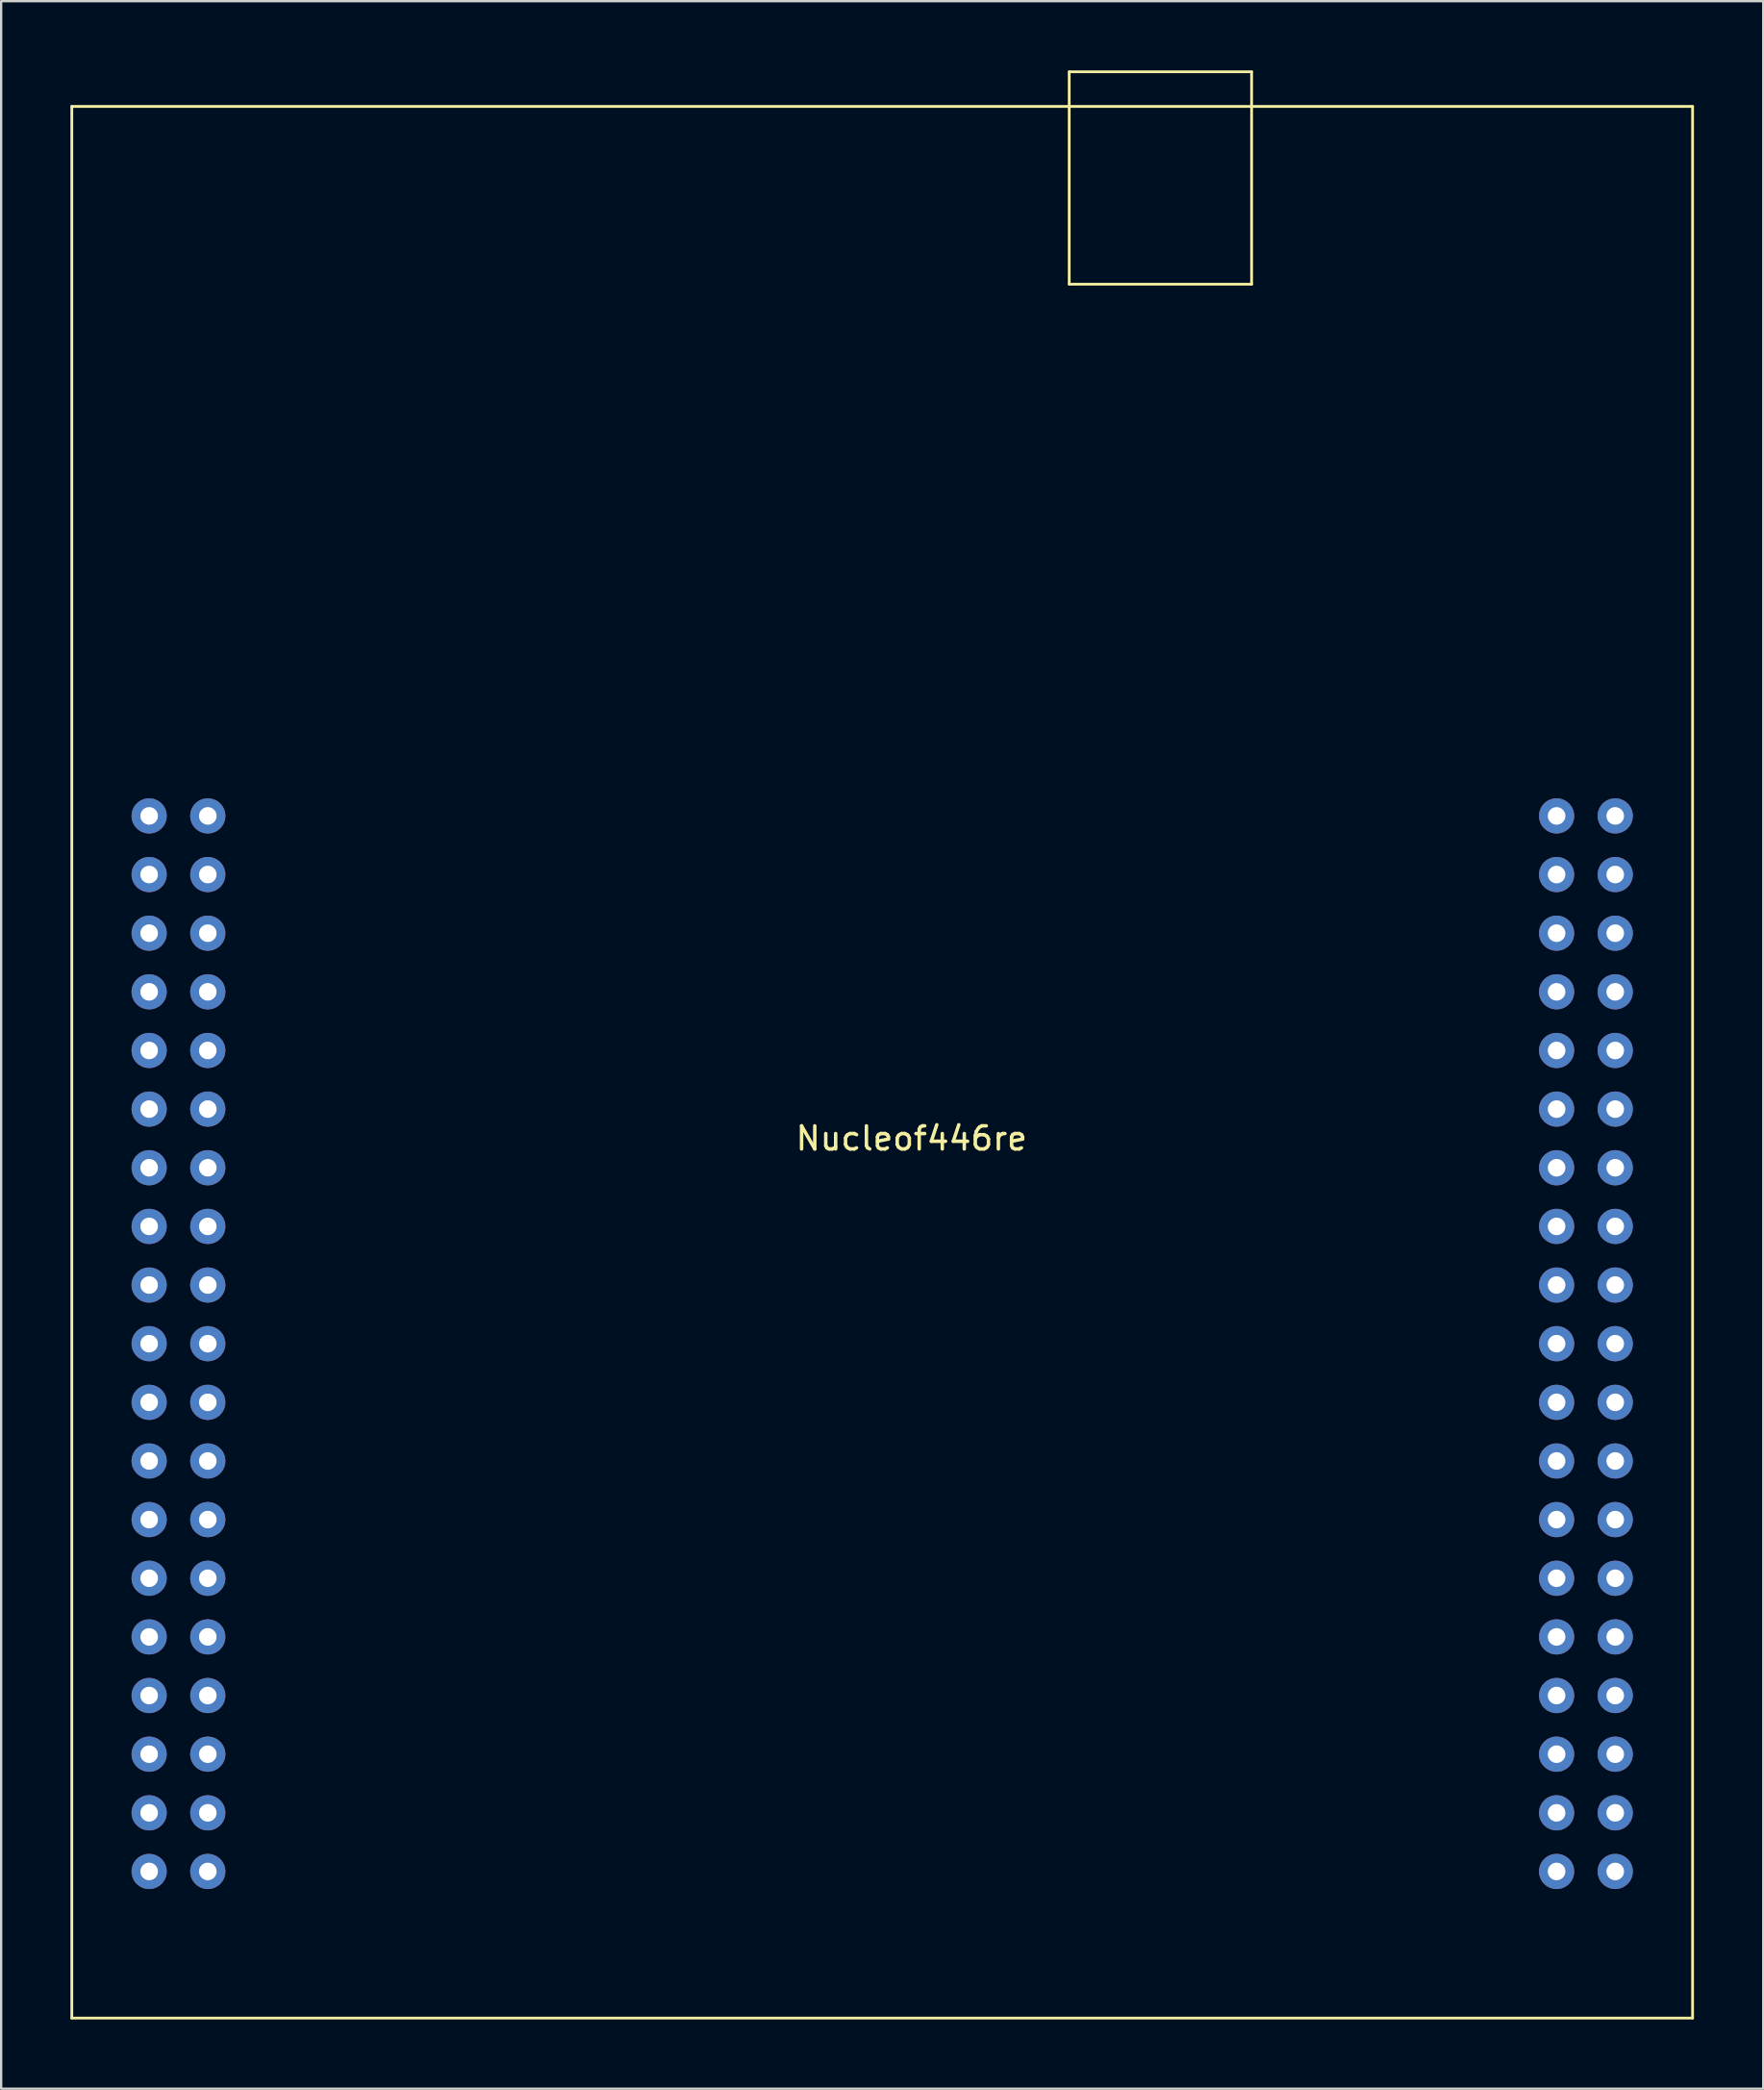
<source format=kicad_pcb>
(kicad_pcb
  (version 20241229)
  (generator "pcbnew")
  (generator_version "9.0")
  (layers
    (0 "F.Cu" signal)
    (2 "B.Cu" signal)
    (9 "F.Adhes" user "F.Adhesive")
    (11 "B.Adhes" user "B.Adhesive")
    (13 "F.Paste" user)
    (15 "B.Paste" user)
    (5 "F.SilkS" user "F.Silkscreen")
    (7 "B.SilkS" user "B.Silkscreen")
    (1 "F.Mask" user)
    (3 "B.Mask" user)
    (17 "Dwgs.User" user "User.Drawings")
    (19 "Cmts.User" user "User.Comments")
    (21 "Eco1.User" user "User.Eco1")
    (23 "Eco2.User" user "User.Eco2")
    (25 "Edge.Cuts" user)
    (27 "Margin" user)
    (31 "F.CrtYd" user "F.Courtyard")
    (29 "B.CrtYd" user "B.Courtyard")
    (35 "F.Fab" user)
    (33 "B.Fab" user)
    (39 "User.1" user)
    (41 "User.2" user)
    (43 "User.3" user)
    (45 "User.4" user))
  (footprint "Nucleof446re"
    (layer "F.Cu")
    (at 3.41 78.01)
    (property "Reference" "Nucleof446re" (at 33.02 -31.75 0) (layer "F.SilkS") (effects (font (size 1 1) (thickness 0.15))))
    (attr through_hole)
    (fp_line (start -3.35 -76.45) (end 66.85 -76.45) (stroke (width 0.12) (type solid)) (layer "F.SilkS"))
    (fp_line (start -3.35 6.35) (end -3.35 -76.45) (stroke (width 0.12) (type solid)) (layer "F.SilkS"))
    (fp_line (start -3.35 6.35) (end 66.85 6.35) (stroke (width 0.12) (type solid)) (layer "F.SilkS"))
    (fp_line (start 39.85 -77.95) (end 39.85 -68.75) (stroke (width 0.12) (type solid)) (layer "F.SilkS"))
    (fp_line (start 39.85 -77.95) (end 47.75 -77.95) (stroke (width 0.12) (type solid)) (layer "F.SilkS"))
    (fp_line (start 47.75 -77.95) (end 47.75 -68.75) (stroke (width 0.12) (type solid)) (layer "F.SilkS"))
    (fp_line (start 47.75 -68.75) (end 39.85 -68.75) (stroke (width 0.12) (type solid)) (layer "F.SilkS"))
    (fp_line (start 66.85 -76.45) (end 66.85 6.35) (stroke (width 0.12) (type solid)) (layer "F.SilkS"))
    (pad "1" thru_hole circle (at 0 -45.72) (size 1.524 1.524) (drill 0.762) (layers "*.Cu" "*.Mask"))
    (pad "2" thru_hole circle (at 0 -43.18) (size 1.524 1.524) (drill 0.762) (layers "*.Cu" "*.Mask"))
    (pad "3" thru_hole circle (at 0 -40.64) (size 1.524 1.524) (drill 0.762) (layers "*.Cu" "*.Mask"))
    (pad "4" thru_hole circle (at 0 -38.1) (size 1.524 1.524) (drill 0.762) (layers "*.Cu" "*.Mask"))
    (pad "5" thru_hole circle (at 0 -35.56) (size 1.524 1.524) (drill 0.762) (layers "*.Cu" "*.Mask"))
    (pad "6" thru_hole circle (at 0 -33.02) (size 1.524 1.524) (drill 0.762) (layers "*.Cu" "*.Mask"))
    (pad "7" thru_hole circle (at 0 -30.48) (size 1.524 1.524) (drill 0.762) (layers "*.Cu" "*.Mask"))
    (pad "8" thru_hole circle (at 0 -27.94) (size 1.524 1.524) (drill 0.762) (layers "*.Cu" "*.Mask"))
    (pad "9" thru_hole circle (at 0 -25.4) (size 1.524 1.524) (drill 0.762) (layers "*.Cu" "*.Mask"))
    (pad "10" thru_hole circle (at 0 -22.86) (size 1.524 1.524) (drill 0.762) (layers "*.Cu" "*.Mask"))
    (pad "11" thru_hole circle (at 0 -20.32) (size 1.524 1.524) (drill 0.762) (layers "*.Cu" "*.Mask"))
    (pad "12" thru_hole circle (at 0 -17.78) (size 1.524 1.524) (drill 0.762) (layers "*.Cu" "*.Mask"))
    (pad "13" thru_hole circle (at 0 -15.24) (size 1.524 1.524) (drill 0.762) (layers "*.Cu" "*.Mask"))
    (pad "14" thru_hole circle (at 0 -12.7) (size 1.524 1.524) (drill 0.762) (layers "*.Cu" "*.Mask"))
    (pad "15" thru_hole circle (at 0 -10.16) (size 1.524 1.524) (drill 0.762) (layers "*.Cu" "*.Mask"))
    (pad "16" thru_hole circle (at 0 -7.62) (size 1.524 1.524) (drill 0.762) (layers "*.Cu" "*.Mask"))
    (pad "17" thru_hole circle (at 0 -5.08) (size 1.524 1.524) (drill 0.762) (layers "*.Cu" "*.Mask"))
    (pad "18" thru_hole circle (at 0 -2.54) (size 1.524 1.524) (drill 0.762) (layers "*.Cu" "*.Mask"))
    (pad "19" thru_hole circle (at 0 0) (size 1.524 1.524) (drill 0.762) (layers "*.Cu" "*.Mask"))
    (pad "20" thru_hole circle (at 2.54 -45.72) (size 1.524 1.524) (drill 0.762) (layers "*.Cu" "*.Mask"))
    (pad "21" thru_hole circle (at 2.54 -43.18) (size 1.524 1.524) (drill 0.762) (layers "*.Cu" "*.Mask"))
    (pad "22" thru_hole circle (at 2.54 -40.64) (size 1.524 1.524) (drill 0.762) (layers "*.Cu" "*.Mask"))
    (pad "23" thru_hole circle (at 2.54 -38.1) (size 1.524 1.524) (drill 0.762) (layers "*.Cu" "*.Mask"))
    (pad "24" thru_hole circle (at 2.54 -35.56) (size 1.524 1.524) (drill 0.762) (layers "*.Cu" "*.Mask"))
    (pad "25" thru_hole circle (at 2.54 -33.02) (size 1.524 1.524) (drill 0.762) (layers "*.Cu" "*.Mask"))
    (pad "26" thru_hole circle (at 2.54 -30.48) (size 1.524 1.524) (drill 0.762) (layers "*.Cu" "*.Mask"))
    (pad "27" thru_hole circle (at 2.54 -27.94) (size 1.524 1.524) (drill 0.762) (layers "*.Cu" "*.Mask"))
    (pad "28" thru_hole circle (at 2.54 -25.4) (size 1.524 1.524) (drill 0.762) (layers "*.Cu" "*.Mask"))
    (pad "29" thru_hole circle (at 2.54 -22.86) (size 1.524 1.524) (drill 0.762) (layers "*.Cu" "*.Mask"))
    (pad "30" thru_hole circle (at 2.54 -20.32) (size 1.524 1.524) (drill 0.762) (layers "*.Cu" "*.Mask"))
    (pad "31" thru_hole circle (at 2.54 -17.78) (size 1.524 1.524) (drill 0.762) (layers "*.Cu" "*.Mask"))
    (pad "32" thru_hole circle (at 2.54 -15.24) (size 1.524 1.524) (drill 0.762) (layers "*.Cu" "*.Mask"))
    (pad "33" thru_hole circle (at 2.54 -12.7) (size 1.524 1.524) (drill 0.762) (layers "*.Cu" "*.Mask"))
    (pad "34" thru_hole circle (at 2.54 -10.16) (size 1.524 1.524) (drill 0.762) (layers "*.Cu" "*.Mask"))
    (pad "35" thru_hole circle (at 2.54 -7.62) (size 1.524 1.524) (drill 0.762) (layers "*.Cu" "*.Mask"))
    (pad "36" thru_hole circle (at 2.54 -5.08) (size 1.524 1.524) (drill 0.762) (layers "*.Cu" "*.Mask"))
    (pad "37" thru_hole circle (at 2.54 -2.54) (size 1.524 1.524) (drill 0.762) (layers "*.Cu" "*.Mask"))
    (pad "38" thru_hole circle (at 2.54 0) (size 1.524 1.524) (drill 0.762) (layers "*.Cu" "*.Mask"))
    (pad "39" thru_hole circle (at 60.96 -45.72) (size 1.524 1.524) (drill 0.762) (layers "*.Cu" "*.Mask"))
    (pad "40" thru_hole circle (at 60.96 -43.18) (size 1.524 1.524) (drill 0.762) (layers "*.Cu" "*.Mask"))
    (pad "41" thru_hole circle (at 60.96 -40.64) (size 1.524 1.524) (drill 0.762) (layers "*.Cu" "*.Mask"))
    (pad "42" thru_hole circle (at 60.96 -38.1) (size 1.524 1.524) (drill 0.762) (layers "*.Cu" "*.Mask"))
    (pad "43" thru_hole circle (at 60.96 -35.56) (size 1.524 1.524) (drill 0.762) (layers "*.Cu" "*.Mask"))
    (pad "44" thru_hole circle (at 60.96 -33.02) (size 1.524 1.524) (drill 0.762) (layers "*.Cu" "*.Mask"))
    (pad "45" thru_hole circle (at 60.96 -30.48) (size 1.524 1.524) (drill 0.762) (layers "*.Cu" "*.Mask"))
    (pad "46" thru_hole circle (at 60.96 -27.94) (size 1.524 1.524) (drill 0.762) (layers "*.Cu" "*.Mask"))
    (pad "47" thru_hole circle (at 60.96 -25.4) (size 1.524 1.524) (drill 0.762) (layers "*.Cu" "*.Mask"))
    (pad "48" thru_hole circle (at 60.96 -22.86) (size 1.524 1.524) (drill 0.762) (layers "*.Cu" "*.Mask"))
    (pad "49" thru_hole circle (at 60.96 -20.32) (size 1.524 1.524) (drill 0.762) (layers "*.Cu" "*.Mask"))
    (pad "50" thru_hole circle (at 60.96 -17.78) (size 1.524 1.524) (drill 0.762) (layers "*.Cu" "*.Mask"))
    (pad "51" thru_hole circle (at 60.96 -15.24) (size 1.524 1.524) (drill 0.762) (layers "*.Cu" "*.Mask"))
    (pad "52" thru_hole circle (at 60.96 -12.7) (size 1.524 1.524) (drill 0.762) (layers "*.Cu" "*.Mask"))
    (pad "53" thru_hole circle (at 60.96 -10.16) (size 1.524 1.524) (drill 0.762) (layers "*.Cu" "*.Mask"))
    (pad "54" thru_hole circle (at 60.96 -7.62) (size 1.524 1.524) (drill 0.762) (layers "*.Cu" "*.Mask"))
    (pad "55" thru_hole circle (at 60.96 -5.08) (size 1.524 1.524) (drill 0.762) (layers "*.Cu" "*.Mask"))
    (pad "56" thru_hole circle (at 60.96 -2.54) (size 1.524 1.524) (drill 0.762) (layers "*.Cu" "*.Mask"))
    (pad "57" thru_hole circle (at 60.96 0) (size 1.524 1.524) (drill 0.762) (layers "*.Cu" "*.Mask"))
    (pad "58" thru_hole circle (at 63.5 -45.72) (size 1.524 1.524) (drill 0.762) (layers "*.Cu" "*.Mask"))
    (pad "59" thru_hole circle (at 63.5 -43.18) (size 1.524 1.524) (drill 0.762) (layers "*.Cu" "*.Mask"))
    (pad "60" thru_hole circle (at 63.5 -40.64) (size 1.524 1.524) (drill 0.762) (layers "*.Cu" "*.Mask"))
    (pad "61" thru_hole circle (at 63.5 -38.1) (size 1.524 1.524) (drill 0.762) (layers "*.Cu" "*.Mask"))
    (pad "62" thru_hole circle (at 63.5 -35.56) (size 1.524 1.524) (drill 0.762) (layers "*.Cu" "*.Mask"))
    (pad "63" thru_hole circle (at 63.5 -33.02) (size 1.524 1.524) (drill 0.762) (layers "*.Cu" "*.Mask"))
    (pad "64" thru_hole circle (at 63.5 -30.48) (size 1.524 1.524) (drill 0.762) (layers "*.Cu" "*.Mask"))
    (pad "65" thru_hole circle (at 63.5 -27.94) (size 1.524 1.524) (drill 0.762) (layers "*.Cu" "*.Mask"))
    (pad "66" thru_hole circle (at 63.5 -25.4) (size 1.524 1.524) (drill 0.762) (layers "*.Cu" "*.Mask"))
    (pad "67" thru_hole circle (at 63.5 -22.86) (size 1.524 1.524) (drill 0.762) (layers "*.Cu" "*.Mask"))
    (pad "68" thru_hole circle (at 63.5 -20.32) (size 1.524 1.524) (drill 0.762) (layers "*.Cu" "*.Mask"))
    (pad "69" thru_hole circle (at 63.5 -17.78) (size 1.524 1.524) (drill 0.762) (layers "*.Cu" "*.Mask"))
    (pad "70" thru_hole circle (at 63.5 -15.24) (size 1.524 1.524) (drill 0.762) (layers "*.Cu" "*.Mask"))
    (pad "71" thru_hole circle (at 63.5 -12.7) (size 1.524 1.524) (drill 0.762) (layers "*.Cu" "*.Mask"))
    (pad "72" thru_hole circle (at 63.5 -10.16) (size 1.524 1.524) (drill 0.762) (layers "*.Cu" "*.Mask"))
    (pad "73" thru_hole circle (at 63.5 -7.62) (size 1.524 1.524) (drill 0.762) (layers "*.Cu" "*.Mask"))
    (pad "74" thru_hole circle (at 63.5 -5.08) (size 1.524 1.524) (drill 0.762) (layers "*.Cu" "*.Mask"))
    (pad "75" thru_hole circle (at 63.5 -2.54) (size 1.524 1.524) (drill 0.762) (layers "*.Cu" "*.Mask"))
    (pad "76" thru_hole circle (at 63.5 0) (size 1.524 1.524) (drill 0.762) (layers "*.Cu" "*.Mask")))
  (gr_rect
    (start -3 -3)
    (end 73.32 87.42)
    (stroke (width 0.1) (type default))
    (fill no)
    (layer "Edge.Cuts")))
</source>
